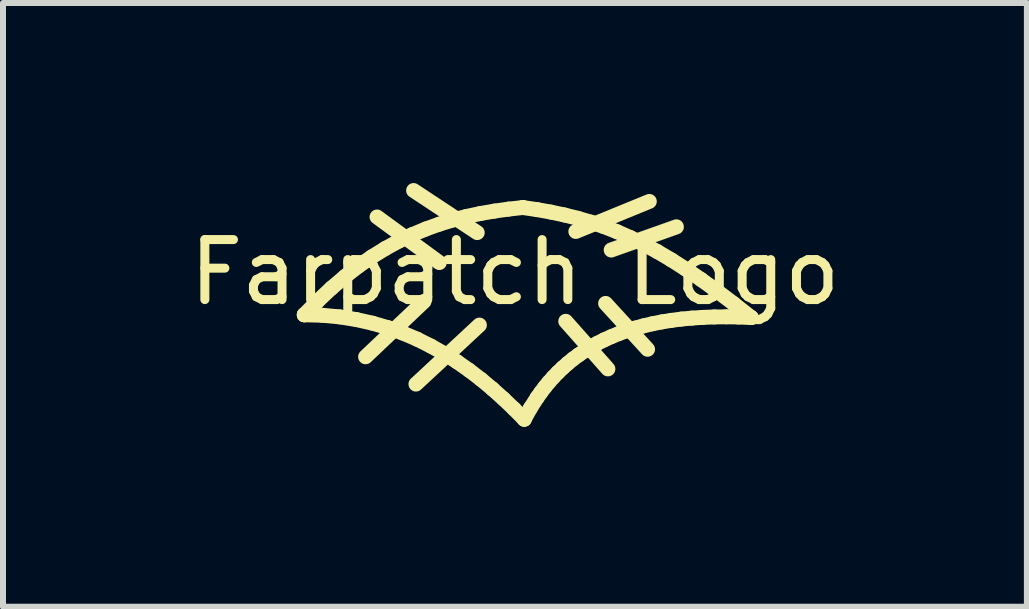
<source format=kicad_pcb>
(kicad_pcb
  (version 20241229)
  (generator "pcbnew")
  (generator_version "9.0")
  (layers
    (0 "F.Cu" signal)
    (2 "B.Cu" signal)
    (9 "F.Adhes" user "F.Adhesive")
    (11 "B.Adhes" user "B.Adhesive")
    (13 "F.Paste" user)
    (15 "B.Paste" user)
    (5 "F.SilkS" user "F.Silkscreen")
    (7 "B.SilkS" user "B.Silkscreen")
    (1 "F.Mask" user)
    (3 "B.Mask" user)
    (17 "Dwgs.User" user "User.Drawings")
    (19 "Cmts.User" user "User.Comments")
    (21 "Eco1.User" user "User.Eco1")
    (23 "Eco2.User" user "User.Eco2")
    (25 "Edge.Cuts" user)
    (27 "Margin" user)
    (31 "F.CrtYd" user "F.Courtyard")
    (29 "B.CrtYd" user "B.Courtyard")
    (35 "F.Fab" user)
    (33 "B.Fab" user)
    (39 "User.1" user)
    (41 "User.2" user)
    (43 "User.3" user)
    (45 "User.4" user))
  (footprint "Farpatch Logo"
    (layer "F.Cu")
    (at 5.53 1.987)
    (property "Reference" "Farpatch Logo" (at 0 -0.5 0) (unlocked yes) (layer "F.SilkS") (effects (font (size 1 1) (thickness 0.15))))
    (attr exclude_from_pos_files exclude_from_bom)
    (fp_line (start -3.51 0.208) (end -3.51 0.208) (stroke (width 0.248) (type solid)) (layer "F.SilkS"))
    (fp_line (start -3.51 0.208) (end -3.51 0.208) (stroke (width 0.248) (type solid)) (layer "F.SilkS"))
    (fp_line (start -3.51 0.208) (end -3.283 -0.025) (stroke (width 0.248) (type solid)) (layer "F.SilkS"))
    (fp_line (start -3.283 -0.025) (end -3.057 -0.237) (stroke (width 0.248) (type solid)) (layer "F.SilkS"))
    (fp_line (start -3.209 0.216) (end -3.51 0.208) (stroke (width 0.248) (type solid)) (layer "F.SilkS"))
    (fp_line (start -3.057 -0.237) (end -2.832 -0.429) (stroke (width 0.248) (type solid)) (layer "F.SilkS"))
    (fp_line (start -2.919 0.243) (end -3.209 0.216) (stroke (width 0.248) (type solid)) (layer "F.SilkS"))
    (fp_line (start -2.832 -0.429) (end -2.608 -0.603) (stroke (width 0.248) (type solid)) (layer "F.SilkS"))
    (fp_line (start -2.641 0.288) (end -2.919 0.243) (stroke (width 0.248) (type solid)) (layer "F.SilkS"))
    (fp_line (start -2.608 -0.603) (end -2.384 -0.758) (stroke (width 0.248) (type solid)) (layer "F.SilkS"))
    (fp_line (start -2.489 0.908) (end -1.515 -0.015) (stroke (width 0.248) (type solid)) (layer "F.SilkS"))
    (fp_line (start -2.384 -0.758) (end -2.161 -0.896) (stroke (width 0.248) (type solid)) (layer "F.SilkS"))
    (fp_line (start -2.373 0.348) (end -2.641 0.288) (stroke (width 0.248) (type solid)) (layer "F.SilkS"))
    (fp_line (start -2.298 -1.422) (end -1.26 -0.662) (stroke (width 0.248) (type solid)) (layer "F.SilkS"))
    (fp_line (start -2.161 -0.896) (end -1.937 -1.019) (stroke (width 0.248) (type solid)) (layer "F.SilkS"))
    (fp_line (start -2.115 0.423) (end -2.373 0.348) (stroke (width 0.248) (type solid)) (layer "F.SilkS"))
    (fp_line (start -1.937 -1.019) (end -1.712 -1.127) (stroke (width 0.248) (type solid)) (layer "F.SilkS"))
    (fp_line (start -1.867 0.513) (end -2.115 0.423) (stroke (width 0.248) (type solid)) (layer "F.SilkS"))
    (fp_line (start -1.712 -1.127) (end -1.487 -1.221) (stroke (width 0.248) (type solid)) (layer "F.SilkS"))
    (fp_line (start -1.689 -1.863) (end -0.628 -1.161) (stroke (width 0.248) (type solid)) (layer "F.SilkS"))
    (fp_line (start -1.65 1.363) (end -0.592 0.379) (stroke (width 0.248) (type solid)) (layer "F.SilkS"))
    (fp_line (start -1.628 0.615) (end -1.867 0.513) (stroke (width 0.248) (type solid)) (layer "F.SilkS"))
    (fp_line (start -1.487 -1.221) (end -1.261 -1.302) (stroke (width 0.248) (type solid)) (layer "F.SilkS"))
    (fp_line (start -1.399 0.73) (end -1.628 0.615) (stroke (width 0.248) (type solid)) (layer "F.SilkS"))
    (fp_line (start -1.261 -1.302) (end -1.034 -1.372) (stroke (width 0.248) (type solid)) (layer "F.SilkS"))
    (fp_line (start -1.178 0.855) (end -1.399 0.73) (stroke (width 0.248) (type solid)) (layer "F.SilkS"))
    (fp_line (start -1.034 -1.372) (end -0.805 -1.431) (stroke (width 0.248) (type solid)) (layer "F.SilkS"))
    (fp_line (start -0.966 0.99) (end -1.178 0.855) (stroke (width 0.248) (type solid)) (layer "F.SilkS"))
    (fp_line (start -0.805 -1.431) (end -0.574 -1.48) (stroke (width 0.248) (type solid)) (layer "F.SilkS"))
    (fp_line (start -0.761 1.134) (end -0.966 0.99) (stroke (width 0.248) (type solid)) (layer "F.SilkS"))
    (fp_line (start -0.574 -1.48) (end -0.341 -1.52) (stroke (width 0.248) (type solid)) (layer "F.SilkS"))
    (fp_line (start -0.564 1.285) (end -0.761 1.134) (stroke (width 0.248) (type solid)) (layer "F.SilkS"))
    (fp_line (start -0.375 1.443) (end -0.564 1.285) (stroke (width 0.248) (type solid)) (layer "F.SilkS"))
    (fp_line (start -0.341 -1.52) (end -0.106 -1.553) (stroke (width 0.248) (type solid)) (layer "F.SilkS"))
    (fp_line (start -0.192 1.607) (end -0.375 1.443) (stroke (width 0.248) (type solid)) (layer "F.SilkS"))
    (fp_line (start -0.106 -1.553) (end 0.132 -1.579) (stroke (width 0.248) (type solid)) (layer "F.SilkS"))
    (fp_line (start -0.015 1.776) (end -0.192 1.607) (stroke (width 0.248) (type solid)) (layer "F.SilkS"))
    (fp_line (start 0.132 -1.579) (end 0.132 -1.579) (stroke (width 0.248) (type solid)) (layer "F.SilkS"))
    (fp_line (start 0.132 -1.579) (end 0.37 -1.544) (stroke (width 0.248) (type solid)) (layer "F.SilkS"))
    (fp_line (start 0.155 1.948) (end -0.015 1.776) (stroke (width 0.248) (type solid)) (layer "F.SilkS"))
    (fp_line (start 0.155 1.948) (end 0.155 1.948) (stroke (width 0.248) (type solid)) (layer "F.SilkS"))
    (fp_line (start 0.257 1.764) (end 0.155 1.948) (stroke (width 0.248) (type solid)) (layer "F.SilkS"))
    (fp_line (start 0.37 -1.544) (end 0.6 -1.503) (stroke (width 0.248) (type solid)) (layer "F.SilkS"))
    (fp_line (start 0.371 1.586) (end 0.257 1.764) (stroke (width 0.248) (type solid)) (layer "F.SilkS"))
    (fp_line (start 0.433 1.499) (end 0.371 1.586) (stroke (width 0.248) (type solid)) (layer "F.SilkS"))
    (fp_line (start 0.498 1.413) (end 0.433 1.499) (stroke (width 0.248) (type solid)) (layer "F.SilkS"))
    (fp_line (start 0.566 1.33) (end 0.498 1.413) (stroke (width 0.248) (type solid)) (layer "F.SilkS"))
    (fp_line (start 0.6 -1.503) (end 0.825 -1.455) (stroke (width 0.248) (type solid)) (layer "F.SilkS"))
    (fp_line (start 0.639 1.248) (end 0.566 1.33) (stroke (width 0.248) (type solid)) (layer "F.SilkS"))
    (fp_line (start 0.715 1.169) (end 0.639 1.248) (stroke (width 0.248) (type solid)) (layer "F.SilkS"))
    (fp_line (start 0.796 1.091) (end 0.715 1.169) (stroke (width 0.248) (type solid)) (layer "F.SilkS"))
    (fp_line (start 0.825 -1.455) (end 1.046 -1.4) (stroke (width 0.248) (type solid)) (layer "F.SilkS"))
    (fp_line (start 0.88 1.017) (end 0.796 1.091) (stroke (width 0.248) (type solid)) (layer "F.SilkS"))
    (fp_line (start 0.969 0.944) (end 0.88 1.017) (stroke (width 0.248) (type solid)) (layer "F.SilkS"))
    (fp_line (start 1.046 -1.4) (end 1.264 -1.336) (stroke (width 0.248) (type solid)) (layer "F.SilkS"))
    (fp_line (start 1.063 0.875) (end 0.969 0.944) (stroke (width 0.248) (type solid)) (layer "F.SilkS"))
    (fp_line (start 1.162 0.808) (end 1.063 0.875) (stroke (width 0.248) (type solid)) (layer "F.SilkS"))
    (fp_line (start 1.264 -1.336) (end 1.481 -1.262) (stroke (width 0.248) (type solid)) (layer "F.SilkS"))
    (fp_line (start 1.265 0.744) (end 1.162 0.808) (stroke (width 0.248) (type solid)) (layer "F.SilkS"))
    (fp_line (start 1.373 0.683) (end 1.265 0.744) (stroke (width 0.248) (type solid)) (layer "F.SilkS"))
    (fp_line (start 1.481 -1.262) (end 1.699 -1.177) (stroke (width 0.248) (type solid)) (layer "F.SilkS"))
    (fp_line (start 1.487 0.626) (end 1.373 0.683) (stroke (width 0.248) (type solid)) (layer "F.SilkS"))
    (fp_line (start 1.549 1.11) (end 0.846 0.316) (stroke (width 0.248) (type solid)) (layer "F.SilkS"))
    (fp_line (start 1.606 0.572) (end 1.487 0.626) (stroke (width 0.248) (type solid)) (layer "F.SilkS"))
    (fp_line (start 1.699 -1.177) (end 1.919 -1.08) (stroke (width 0.248) (type solid)) (layer "F.SilkS"))
    (fp_line (start 1.731 0.521) (end 1.606 0.572) (stroke (width 0.248) (type solid)) (layer "F.SilkS"))
    (fp_line (start 1.861 0.474) (end 1.731 0.521) (stroke (width 0.248) (type solid)) (layer "F.SilkS"))
    (fp_line (start 1.919 -1.08) (end 2.142 -0.97) (stroke (width 0.248) (type solid)) (layer "F.SilkS"))
    (fp_line (start 1.998 0.431) (end 1.861 0.474) (stroke (width 0.248) (type solid)) (layer "F.SilkS"))
    (fp_line (start 2.14 0.393) (end 1.998 0.431) (stroke (width 0.248) (type solid)) (layer "F.SilkS"))
    (fp_line (start 2.142 -0.97) (end 2.371 -0.846) (stroke (width 0.248) (type solid)) (layer "F.SilkS"))
    (fp_line (start 2.21 0.783) (end 1.51 0.018) (stroke (width 0.248) (type solid)) (layer "F.SilkS"))
    (fp_line (start 2.239 -1.681) (end 1.014 -1.18) (stroke (width 0.248) (type solid)) (layer "F.SilkS"))
    (fp_line (start 2.289 0.358) (end 2.14 0.393) (stroke (width 0.248) (type solid)) (layer "F.SilkS"))
    (fp_line (start 2.371 -0.846) (end 2.606 -0.707) (stroke (width 0.248) (type solid)) (layer "F.SilkS"))
    (fp_line (start 2.444 0.327) (end 2.289 0.358) (stroke (width 0.248) (type solid)) (layer "F.SilkS"))
    (fp_line (start 2.606 -0.707) (end 2.85 -0.551) (stroke (width 0.248) (type solid)) (layer "F.SilkS"))
    (fp_line (start 2.606 0.301) (end 2.444 0.327) (stroke (width 0.248) (type solid)) (layer "F.SilkS"))
    (fp_line (start 2.689 -1.257) (end 1.605 -0.872) (stroke (width 0.002) (type solid)) (layer "F.SilkS"))
    (fp_line (start 2.775 0.279) (end 2.606 0.301) (stroke (width 0.248) (type solid)) (layer "F.SilkS"))
    (fp_line (start 2.85 -0.551) (end 3.103 -0.379) (stroke (width 0.248) (type solid)) (layer "F.SilkS"))
    (fp_line (start 2.95 0.263) (end 2.775 0.279) (stroke (width 0.248) (type solid)) (layer "F.SilkS"))
    (fp_line (start 3.103 -0.379) (end 3.368 -0.187) (stroke (width 0.248) (type solid)) (layer "F.SilkS"))
    (fp_line (start 3.133 0.251) (end 2.95 0.263) (stroke (width 0.248) (type solid)) (layer "F.SilkS"))
    (fp_line (start 3.322 0.244) (end 3.133 0.251) (stroke (width 0.248) (type solid)) (layer "F.SilkS"))
    (fp_line (start 3.368 -0.187) (end 3.645 0.023) (stroke (width 0.248) (type solid)) (layer "F.SilkS"))
    (fp_line (start 3.52 0.242) (end 3.322 0.244) (stroke (width 0.248) (type solid)) (layer "F.SilkS"))
    (fp_line (start 3.645 0.023) (end 3.937 0.254) (stroke (width 0.248) (type solid)) (layer "F.SilkS"))
    (fp_line (start 3.724 0.245) (end 3.52 0.242) (stroke (width 0.248) (type solid)) (layer "F.SilkS"))
    (fp_line (start 3.937 0.254) (end 3.724 0.245) (stroke (width 0.248) (type solid)) (layer "F.SilkS"))
    (fp_line (start 3.937 0.254) (end 3.937 0.254) (stroke (width 0.248) (type solid)) (layer "F.SilkS"))
    (fp_poly (pts (xy 1.646 -0.755) (xy 2.731 -1.14) (xy 2.737 -1.143) (xy 2.743 -1.145) (xy 2.748 -1.148) (xy 2.754 -1.151) (xy 2.759 -1.154) (xy 2.764 -1.158) (xy 2.769 -1.162) (xy 2.773 -1.166) (xy 2.777 -1.17) (xy 2.782 -1.174) (xy 2.785 -1.179) (xy 2.789 -1.184) (xy 2.793 -1.188) (xy 2.796 -1.193) (xy 2.799 -1.199) (xy 2.801 -1.204) (xy 2.804 -1.209) (xy 2.806 -1.215) (xy 2.808 -1.221) (xy 2.81 -1.226) (xy 2.811 -1.232) (xy 2.812 -1.238) (xy 2.813 -1.244) (xy 2.813 -1.25) (xy 2.813 -1.256) (xy 2.813 -1.262) (xy 2.813 -1.268) (xy 2.812 -1.274) (xy 2.811 -1.281) (xy 2.81 -1.287) (xy 2.808 -1.293) (xy 2.806 -1.299) (xy 2.804 -1.305) (xy 2.801 -1.31) (xy 2.799 -1.316) (xy 2.796 -1.321) (xy 2.792 -1.327) (xy 2.789 -1.332) (xy 2.785 -1.336) (xy 2.781 -1.341) (xy 2.777 -1.345) (xy 2.772 -1.349) (xy 2.768 -1.353) (xy 2.763 -1.357) (xy 2.758 -1.36) (xy 2.753 -1.364) (xy 2.748 -1.367) (xy 2.743 -1.369) (xy 2.737 -1.372) (xy 2.732 -1.374) (xy 2.726 -1.376) (xy 2.72 -1.377) (xy 2.714 -1.379) (xy 2.709 -1.38) (xy 2.703 -1.381) (xy 2.697 -1.381) (xy 2.691 -1.381) (xy 2.684 -1.381) (xy 2.678 -1.381) (xy 2.672 -1.38) (xy 2.666 -1.379) (xy 2.66 -1.378) (xy 2.654 -1.376) (xy 2.648 -1.374) (xy 1.563 -0.989) (xy 1.557 -0.986) (xy 1.551 -0.984) (xy 1.546 -0.981) (xy 1.54 -0.978) (xy 1.535 -0.974) (xy 1.53 -0.971) (xy 1.525 -0.967) (xy 1.521 -0.963) (xy 1.516 -0.959) (xy 1.512 -0.955) (xy 1.508 -0.95) (xy 1.505 -0.945) (xy 1.501 -0.94) (xy 1.498 -0.935) (xy 1.495 -0.93) (xy 1.493 -0.925) (xy 1.49 -0.919) (xy 1.488 -0.914) (xy 1.486 -0.908) (xy 1.484 -0.903) (xy 1.483 -0.897) (xy 1.482 -0.891) (xy 1.481 -0.885) (xy 1.481 -0.879) (xy 1.481 -0.873) (xy 1.481 -0.867) (xy 1.481 -0.861) (xy 1.482 -0.855) (xy 1.483 -0.848) (xy 1.484 -0.842) (xy 1.486 -0.836) (xy 1.488 -0.83) (xy 1.49 -0.824) (xy 1.493 -0.818) (xy 1.495 -0.813) (xy 1.498 -0.807) (xy 1.502 -0.802) (xy 1.505 -0.797) (xy 1.509 -0.792) (xy 1.513 -0.788) (xy 1.517 -0.784) (xy 1.522 -0.779) (xy 1.526 -0.776) (xy 1.531 -0.772) (xy 1.536 -0.768) (xy 1.541 -0.765) (xy 1.546 -0.762) (xy 1.551 -0.76) (xy 1.557 -0.757) (xy 1.562 -0.755) (xy 1.568 -0.753) (xy 1.574 -0.752) (xy 1.579 -0.75) (xy 1.585 -0.749) (xy 1.591 -0.748) (xy 1.597 -0.748) (xy 1.603 -0.748) (xy 1.609 -0.748) (xy 1.616 -0.748) (xy 1.622 -0.749) (xy 1.628 -0.75) (xy 1.634 -0.751) (xy 1.64 -0.753) (xy 1.646 -0.755)) (stroke (width 0.002) (type solid)) (fill yes) (layer "F.SilkS")))
  (gr_rect
    (start -3 -3)
    (end 14.06 7.059)
    (stroke (width 0.1) (type default))
    (fill no)
    (layer "Edge.Cuts")))
</source>
